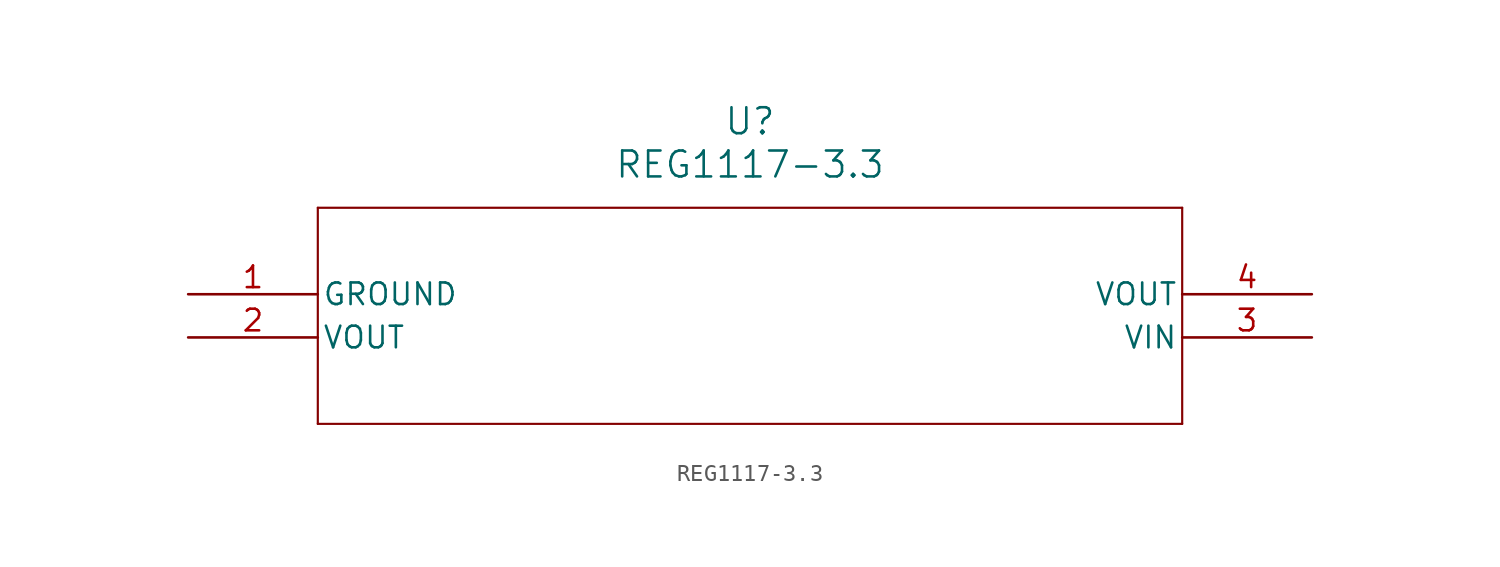
<source format=kicad_sym>
(kicad_symbol_lib
  (version 20211014)
  (generator kicad_symbol_editor)
  (symbol "REG1117-3.3"
    (pin_names
      (offset 0.254))
    (property "Reference" "U"
      (at 33.02 10.16 0)
      (effects (font (size 1.524 1.524))))
    (property "Value" "REG1117-3.3"
      (at 33.02 7.62 0)
      (effects (font (size 1.524 1.524))))
    (symbol "REG1117-3.3_0_1"
      (polyline (pts (xy 7.62 5.08) (xy 7.62 -7.62)) (stroke (width 0.127) (type default) (color 0 0 0 0)) (fill (type none)))
      (polyline (pts (xy 7.62 -7.62) (xy 58.42 -7.62)) (stroke (width 0.127) (type default) (color 0 0 0 0)) (fill (type none)))
      (polyline (pts (xy 58.42 -7.62) (xy 58.42 5.08)) (stroke (width 0.127) (type default) (color 0 0 0 0)) (fill (type none)))
      (polyline (pts (xy 58.42 5.08) (xy 7.62 5.08)) (stroke (width 0.127) (type default) (color 0 0 0 0)) (fill (type none)))
      (pin power_in line (at 0 0 0) (length 7.62) (name "GROUND" (effects (font (size 1.27 1.27)))) (number "1" (effects (font (size 1.27 1.27)))))
      (pin output line (at 0 -2.54 0) (length 7.62) (name "VOUT" (effects (font (size 1.27 1.27)))) (number "2" (effects (font (size 1.27 1.27)))))
      (pin input line (at 66.04 -2.54 180) (length 7.62) (name "VIN" (effects (font (size 1.27 1.27)))) (number "3" (effects (font (size 1.27 1.27)))))
      (pin output line (at 66.04 0 180) (length 7.62) (name "VOUT" (effects (font (size 1.27 1.27)))) (number "4" (effects (font (size 1.27 1.27))))))))
</source>
